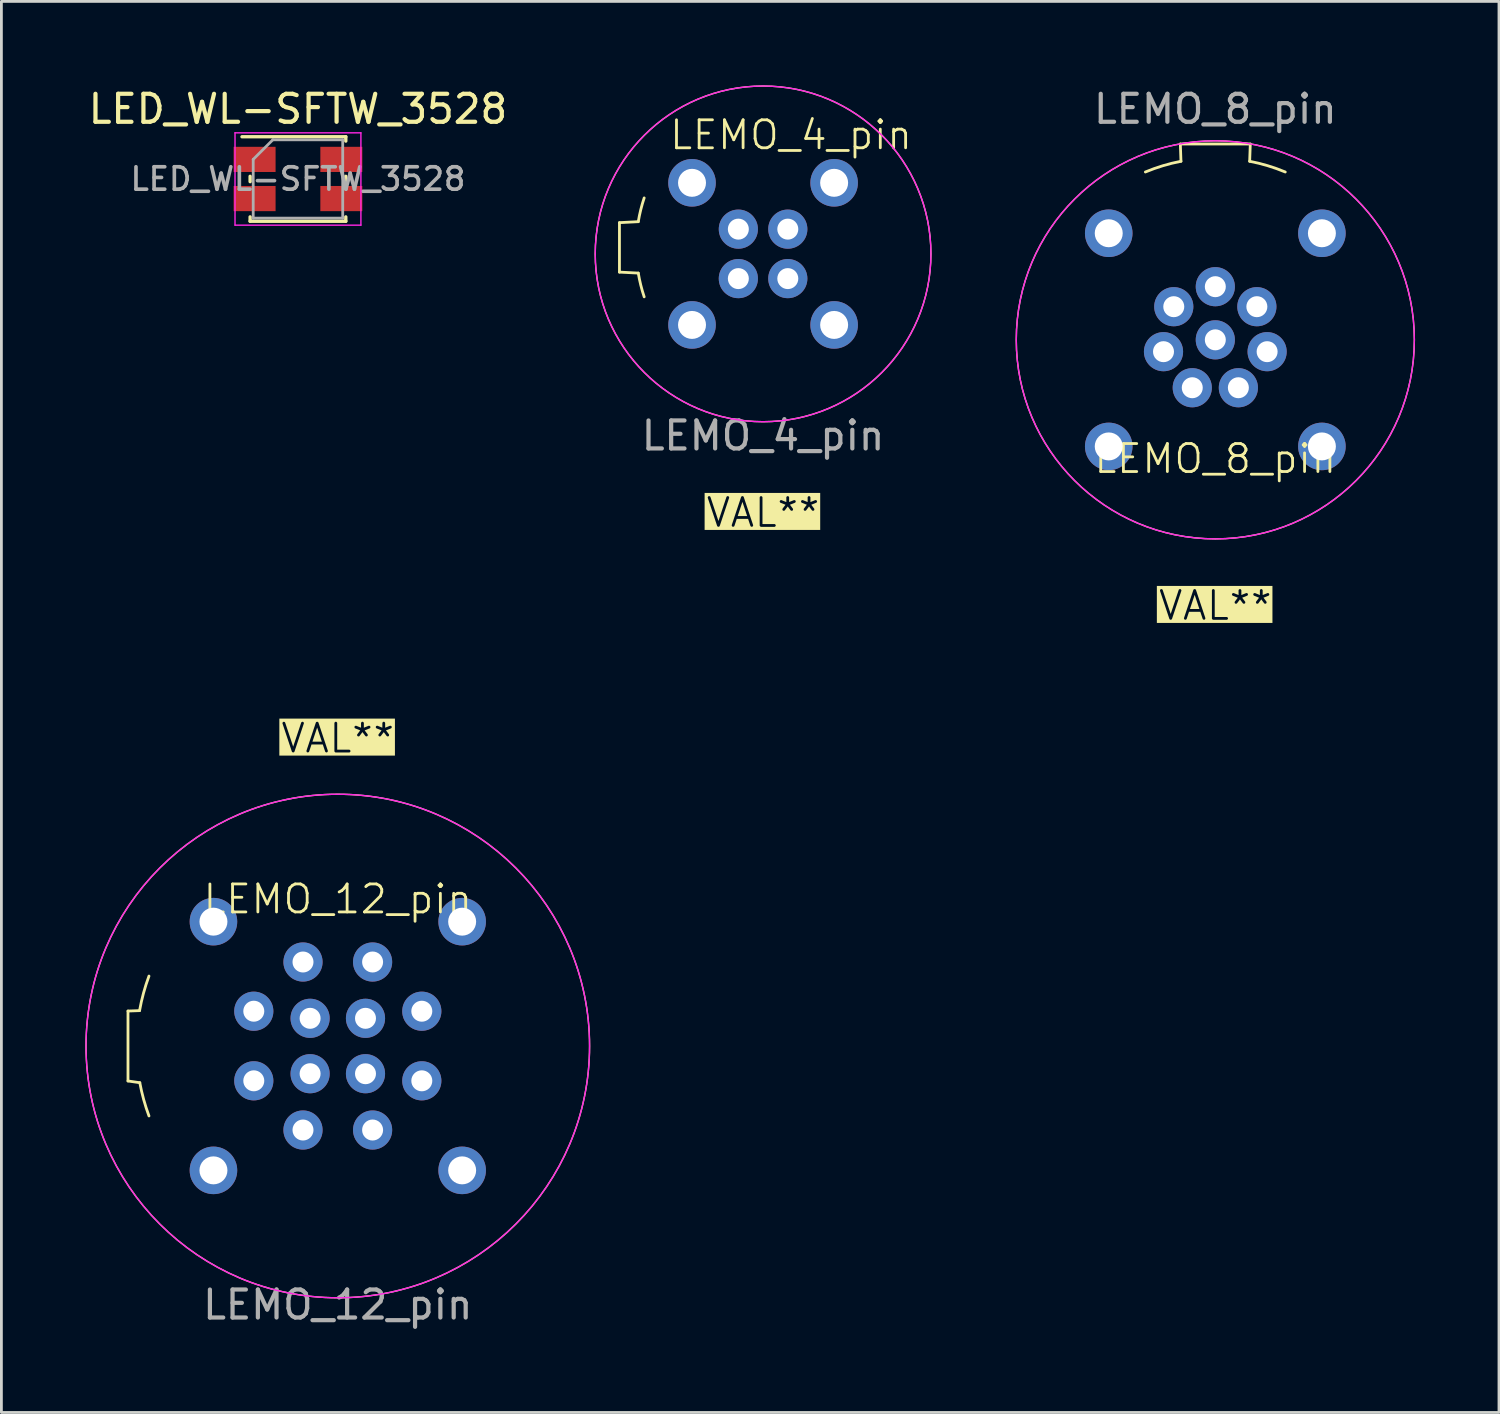
<source format=kicad_pcb>
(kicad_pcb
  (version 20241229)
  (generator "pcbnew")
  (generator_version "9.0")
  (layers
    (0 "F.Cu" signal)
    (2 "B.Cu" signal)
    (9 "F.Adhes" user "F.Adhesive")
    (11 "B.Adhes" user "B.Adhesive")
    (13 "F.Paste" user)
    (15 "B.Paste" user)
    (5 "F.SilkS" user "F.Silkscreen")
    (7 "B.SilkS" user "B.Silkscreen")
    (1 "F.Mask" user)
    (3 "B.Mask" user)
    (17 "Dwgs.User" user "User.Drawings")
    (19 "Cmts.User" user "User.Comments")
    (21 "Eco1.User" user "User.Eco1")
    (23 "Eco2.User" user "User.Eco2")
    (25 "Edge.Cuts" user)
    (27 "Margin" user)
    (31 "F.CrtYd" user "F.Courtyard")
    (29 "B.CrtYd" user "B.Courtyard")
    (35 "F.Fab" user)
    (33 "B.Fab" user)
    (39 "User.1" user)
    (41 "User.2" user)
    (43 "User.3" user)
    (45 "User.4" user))
  (footprint "LEMO_8_pin"
    (layer "F.Cu")
    (at 40.393 9.098)
    (property "Reference" "LEMO_8_pin" (at 0 4.25 0) (unlocked yes) (layer "F.SilkS") (effects (font (size 1 1) (thickness 0.1))))
    (attr through_hole)
    (fp_line (start -1.25 -7) (end -1.228 -6.383) (stroke (width 0.1) (type default)) (layer "F.SilkS"))
    (fp_line (start 1.228 -6.383) (end 1.25 -7) (stroke (width 0.1) (type default)) (layer "F.SilkS"))
    (fp_line (start 1.25 -7) (end -1.25 -7) (stroke (width 0.1) (type default)) (layer "F.SilkS"))
    (fp_arc (start -2.5 -6) (mid -1.873569 -6.224126) (end -1.227508 -6.383042) (stroke (width 0.1) (type default)) (layer "F.SilkS"))
    (fp_arc (start 1.227508 -6.383042) (mid 1.873569 -6.224126) (end 2.5 -6) (stroke (width 0.1) (type default)) (layer "F.SilkS"))
    (fp_circle (center 0 0.000001) (end 7.115 0.000001) (stroke (width 0.05) (type default)) (fill no) (layer "F.SilkS"))
    (fp_circle (center 0 0) (end -2.25 -6.75) (stroke (width 0.05) (type default)) (fill no) (layer "F.CrtYd"))
    (fp_circle (center 0 0) (end 0 0) (stroke (width 0.05) (type default)) (fill no) (layer "F.CrtYd"))
    (fp_text user "VAL**" (at 0 9.5 0) (unlocked yes) (layer "F.SilkS" knockout) (effects (font (size 1 1) (thickness 0.1))))
    (fp_text user "${REFERENCE}" (at 0 -8.25 0) (unlocked yes) (layer "F.Fab") (effects (font (size 1 1) (thickness 0.15))))
    (pad "1" thru_hole circle (at 0 -1.9) (size 1.4 1.4) (drill 0.75) (layers "*.Cu" "*.Mask"))
    (pad "2" thru_hole circle (at -1.485 -1.185) (size 1.4 1.4) (drill 0.75) (layers "*.Cu" "*.Mask"))
    (pad "3" thru_hole circle (at -1.852 0.423) (size 1.4 1.4) (drill 0.75) (layers "*.Cu" "*.Mask"))
    (pad "4" thru_hole circle (at -0.824 1.712) (size 1.4 1.4) (drill 0.75) (layers "*.Cu" "*.Mask"))
    (pad "5" thru_hole circle (at 0.824 1.712) (size 1.4 1.4) (drill 0.75) (layers "*.Cu" "*.Mask"))
    (pad "6" thru_hole circle (at 1.852 0.423) (size 1.4 1.4) (drill 0.75) (layers "*.Cu" "*.Mask"))
    (pad "7" thru_hole circle (at 1.485 -1.185) (size 1.4 1.4) (drill 0.75) (layers "*.Cu" "*.Mask"))
    (pad "8" thru_hole circle (at 0 0) (size 1.4 1.4) (drill 0.75) (layers "*.Cu" "*.Mask"))
    (pad "9" thru_hole circle (at -3.81 -3.81 180) (size 1.7 1.7) (drill 1) (layers "*.Cu" "*.Mask"))
    (pad "9" thru_hole circle (at -3.81 3.81 180) (size 1.7 1.7) (drill 1) (layers "*.Cu" "*.Mask"))
    (pad "9" thru_hole circle (at 3.81 -3.81 180) (size 1.7 1.7) (drill 1) (layers "*.Cu" "*.Mask"))
    (pad "9" thru_hole circle (at 3.81 3.81 180) (size 1.7 1.7) (drill 1) (layers "*.Cu" "*.Mask")))
  (footprint "LED_WL-SFTW_3528"
    (layer "F.Cu")
    (at 7.601 3.348)
    (property "Reference" "LED_WL-SFTW_3528" (at 0 -2.5 0) (layer "F.SilkS") (effects (font (size 1 1) (thickness 0.15))))
    (attr smd)
    (fp_line (start -2 -1.51) (end 1.71 -1.51) (stroke (width 0.12) (type solid)) (layer "F.SilkS"))
    (fp_line (start -1.71 -0.095) (end -1.71 0.095) (stroke (width 0.12) (type solid)) (layer "F.SilkS"))
    (fp_line (start -1.71 1.355) (end -1.71 1.51) (stroke (width 0.12) (type solid)) (layer "F.SilkS"))
    (fp_line (start -1.71 1.51) (end 1.71 1.51) (stroke (width 0.12) (type solid)) (layer "F.SilkS"))
    (fp_line (start 1.71 -1.355) (end 1.71 -1.51) (stroke (width 0.12) (type solid)) (layer "F.SilkS"))
    (fp_line (start 1.71 -0.095) (end 1.71 0.095) (stroke (width 0.12) (type solid)) (layer "F.SilkS"))
    (fp_line (start 1.71 1.355) (end 1.71 1.51) (stroke (width 0.12) (type solid)) (layer "F.SilkS"))
    (fp_line (start -2.25 -1.65) (end -2.25 1.65) (stroke (width 0.05) (type solid)) (layer "F.CrtYd"))
    (fp_line (start -2.25 -1.65) (end 2.25 -1.65) (stroke (width 0.05) (type solid)) (layer "F.CrtYd"))
    (fp_line (start -2.25 1.65) (end 2.25 1.65) (stroke (width 0.05) (type solid)) (layer "F.CrtYd"))
    (fp_line (start 2.25 -1.65) (end 2.25 1.65) (stroke (width 0.05) (type solid)) (layer "F.CrtYd"))
    (fp_line (start -1.6 1.4) (end -1.6 -0.7) (stroke (width 0.1) (type solid)) (layer "F.Fab"))
    (fp_line (start -0.9 -1.4) (end -1.6 -0.7) (stroke (width 0.1) (type solid)) (layer "F.Fab"))
    (fp_line (start -0.9 -1.4) (end 1.6 -1.4) (stroke (width 0.1) (type solid)) (layer "F.Fab"))
    (fp_line (start 1.6 -1.4) (end 1.6 1.4) (stroke (width 0.1) (type solid)) (layer "F.Fab"))
    (fp_line (start 1.6 1.4) (end -1.6 1.4) (stroke (width 0.1) (type solid)) (layer "F.Fab"))
    (fp_text user "${REFERENCE}" (at 0 0 0) (layer "F.Fab") (effects (font (size 0.8 0.8) (thickness 0.13))))
    (pad "1" smd rect (at 1.55 -0.7) (size 1.5 0.9) (layers "F.Cu" "F.Mask" "F.Paste"))
    (pad "2" smd rect (at 1.55 0.7) (size 1.5 0.9) (layers "F.Cu" "F.Mask" "F.Paste"))
    (pad "3" smd rect (at -1.55 -0.7) (size 1.5 0.9) (layers "F.Cu" "F.Mask" "F.Paste"))
    (pad "4" smd rect (at -1.55 0.7) (size 1.5 0.9) (layers "F.Cu" "F.Mask" "F.Paste")))
  (footprint "LEMO_12_pin"
    (layer "F.Cu")
    (at 9.025 34.341)
    (property "Reference" "LEMO_12_pin" (at 0 -5.25 0) (unlocked yes) (layer "F.SilkS") (effects (font (size 1 1) (thickness 0.1))))
    (attr through_hole)
    (fp_line (start -7.5 -1.25) (end -7.5 1.25) (stroke (width 0.1) (type default)) (layer "F.SilkS"))
    (fp_line (start -7.5 1.25) (end -7.078 1.311) (stroke (width 0.1) (type default)) (layer "F.SilkS"))
    (fp_line (start -7.086 -1.265) (end -7.5 -1.25) (stroke (width 0.1) (type default)) (layer "F.SilkS"))
    (fp_arc (start -7.085998 -1.265357) (mid -6.945487 -1.890159) (end -6.75 -2.5) (stroke (width 0.1) (type default)) (layer "F.SilkS"))
    (fp_arc (start -6.749998 2.499999) (mid -6.939399 1.912381) (end -7.07775 1.310695) (stroke (width 0.1) (type default)) (layer "F.SilkS"))
    (fp_circle (center 0 0) (end 9 0) (stroke (width 0.05) (type default)) (fill no) (layer "F.SilkS"))
    (fp_circle (center 0 0) (end 0 -9) (stroke (width 0.05) (type default)) (fill no) (layer "F.CrtYd"))
    (fp_text user "VAL**" (at 0 -11 0) (unlocked yes) (layer "F.SilkS" knockout) (effects (font (size 1 1) (thickness 0.1))))
    (fp_text user "${REFERENCE}" (at 0 9.25 0) (unlocked yes) (layer "F.Fab") (effects (font (size 1 1) (thickness 0.15))))
    (pad "1" thru_hole circle (at -3.003 1.244) (size 1.4 1.4) (drill 0.75) (layers "*.Cu" "*.Mask"))
    (pad "2" thru_hole circle (at -1.244 3.003) (size 1.4 1.4) (drill 0.75) (layers "*.Cu" "*.Mask"))
    (pad "3" thru_hole circle (at 1.244 3.003) (size 1.4 1.4) (drill 0.75) (layers "*.Cu" "*.Mask"))
    (pad "4" thru_hole circle (at 3.003 1.244) (size 1.4 1.4) (drill 0.75) (layers "*.Cu" "*.Mask"))
    (pad "5" thru_hole circle (at 3.003 -1.244) (size 1.4 1.4) (drill 0.75) (layers "*.Cu" "*.Mask"))
    (pad "6" thru_hole circle (at 1.244 -3.003) (size 1.4 1.4) (drill 0.75) (layers "*.Cu" "*.Mask"))
    (pad "7" thru_hole circle (at -1.244 -3.003) (size 1.4 1.4) (drill 0.75) (layers "*.Cu" "*.Mask"))
    (pad "8" thru_hole circle (at -3.003 -1.244) (size 1.4 1.4) (drill 0.75) (layers "*.Cu" "*.Mask"))
    (pad "9" thru_hole circle (at -0.99 0.99) (size 1.4 1.4) (drill 0.75) (layers "*.Cu" "*.Mask"))
    (pad "10" thru_hole circle (at 0.99 0.99) (size 1.4 1.4) (drill 0.75) (layers "*.Cu" "*.Mask"))
    (pad "11" thru_hole circle (at 0.99 -0.99) (size 1.4 1.4) (drill 0.75) (layers "*.Cu" "*.Mask"))
    (pad "12" thru_hole circle (at -0.99 -0.99) (size 1.4 1.4) (drill 0.75) (layers "*.Cu" "*.Mask"))
    (pad "13" thru_hole circle (at -4.445 -4.445 180) (size 1.7 1.7) (drill 1) (layers "*.Cu" "*.Mask"))
    (pad "13" thru_hole circle (at -4.445 4.445 180) (size 1.7 1.7) (drill 1) (layers "*.Cu" "*.Mask"))
    (pad "13" thru_hole circle (at 4.445 -4.445 180) (size 1.7 1.7) (drill 1) (layers "*.Cu" "*.Mask"))
    (pad "13" thru_hole circle (at 4.445 4.445 180) (size 1.7 1.7) (drill 1) (layers "*.Cu" "*.Mask")))
  (footprint "LEMO_4_pin"
    (layer "F.Cu")
    (at 24.227 6.025)
    (property "Reference" "LEMO_4_pin" (at 1 -4.25 0) (unlocked yes) (layer "F.SilkS") (effects (font (size 1 1) (thickness 0.1))))
    (attr through_hole)
    (fp_line (start -5.134 -1.116) (end -5.134 0.652) (stroke (width 0.1) (type default)) (layer "F.SilkS"))
    (fp_line (start -5.134 0.652) (end -4.461 0.687) (stroke (width 0.1) (type default)) (layer "F.SilkS"))
    (fp_line (start -4.461 -1.151) (end -5.134 -1.116) (stroke (width 0.1) (type default)) (layer "F.SilkS"))
    (fp_arc (start -4.460837 -1.151139) (mid -4.372042 -1.579698) (end -4.25 -2) (stroke (width 0.1) (type default)) (layer "F.SilkS"))
    (fp_arc (start -4.25 1.536) (mid -4.372044 1.115699) (end -4.460837 0.687139) (stroke (width 0.1) (type default)) (layer "F.SilkS"))
    (fp_circle (center 0 0) (end 6 0) (stroke (width 0.05) (type default)) (fill no) (layer "F.SilkS"))
    (fp_circle (center 0 0) (end 0 -6) (stroke (width 0.05) (type default)) (fill no) (layer "F.CrtYd"))
    (fp_text user "VAL**" (at 0 9.25 0) (unlocked yes) (layer "F.SilkS" knockout) (effects (font (size 1 1) (thickness 0.1))))
    (fp_text user "${REFERENCE}" (at 0 6.5 0) (unlocked yes) (layer "F.Fab") (effects (font (size 1 1) (thickness 0.15))))
    (pad "1" thru_hole circle (at -0.884 0.884) (size 1.4 1.4) (drill 0.75) (layers "*.Cu" "*.Mask"))
    (pad "2" thru_hole circle (at 0.884 0.884) (size 1.4 1.4) (drill 0.75) (layers "*.Cu" "*.Mask"))
    (pad "3" thru_hole circle (at 0.884 -0.884) (size 1.4 1.4) (drill 0.75) (layers "*.Cu" "*.Mask"))
    (pad "4" thru_hole circle (at -0.884 -0.884) (size 1.4 1.4) (drill 0.75) (layers "*.Cu" "*.Mask"))
    (pad "5" thru_hole circle (at -2.54 -2.54) (size 1.7 1.7) (drill 1) (layers "*.Cu" "*.Mask"))
    (pad "5" thru_hole circle (at -2.54 2.54) (size 1.7 1.7) (drill 1) (layers "*.Cu" "*.Mask"))
    (pad "5" thru_hole circle (at 2.54 -2.54) (size 1.7 1.7) (drill 1) (layers "*.Cu" "*.Mask"))
    (pad "5" thru_hole circle (at 2.54 2.54) (size 1.7 1.7) (drill 1) (layers "*.Cu" "*.Mask")))
  (gr_rect
    (start -3 -3)
    (end 50.533 47.44)
    (stroke (width 0.1) (type default))
    (fill no)
    (layer "Edge.Cuts")))
</source>
